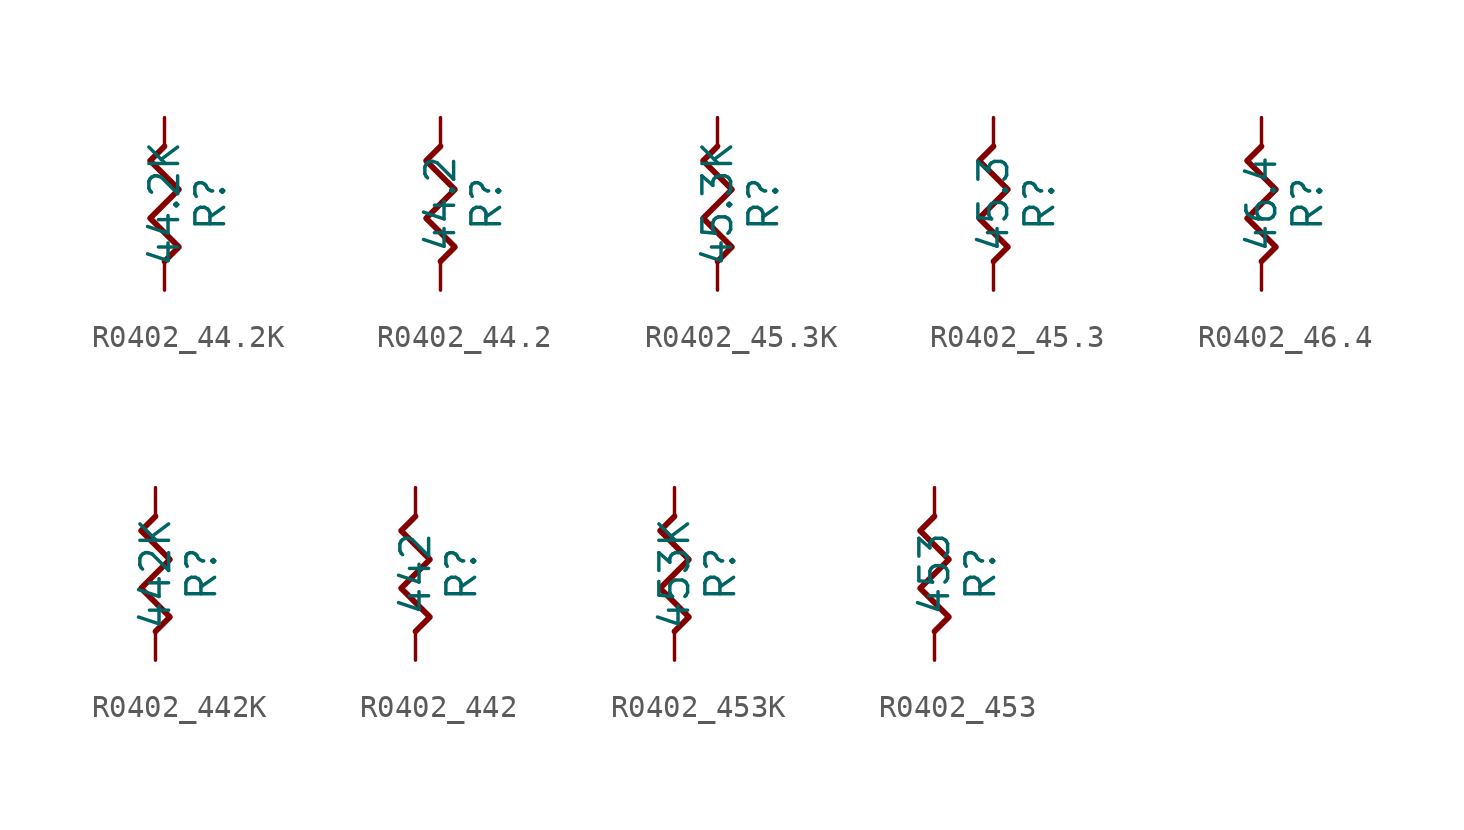
<source format=kicad_sym>
(kicad_symbol_lib
  (version 20211014)
  (generator atlantix-eda)
  (symbol "R0402_44.2K"
    (pin_numbers hide)
    (pin_names
      (offset 0))
    (property "Reference" "R"
      (at 2.032 0 90)
      (effects (font (size 1.27 1.27))))
    (property "Value" "44.2K"
      (at 0 0 90)
      (effects (font (size 1.27 1.27))))
    (symbol "R0402_44.2K_0_1"
      (polyline (pts (xy 0 -2.54) (xy 0.635 -1.905) (xy -0.635 -0.635) (xy 0.635 0.635) (xy -0.635 1.905) (xy 0 2.54)) (stroke (width 0.254) (type default) (color 0 0 0 0)) (fill (type none))))
    (symbol "R0402_44.2K_1_1"
      (pin passive line (at 0 3.81 270) (length 1.27) (name "~" (effects (font (size 1.27 1.27)))) (number "1" (effects (font (size 1.27 1.27)))))
      (pin passive line (at 0 -3.81 90) (length 1.27) (name "~" (effects (font (size 1.27 1.27)))) (number "2" (effects (font (size 1.27 1.27)))))))
  (symbol "R0402_44.2"
    (pin_numbers hide)
    (pin_names
      (offset 0))
    (property "Reference" "R"
      (at 2.032 0 90)
      (effects (font (size 1.27 1.27))))
    (property "Value" "44.2"
      (at 0 0 90)
      (effects (font (size 1.27 1.27))))
    (symbol "R0402_44.2_0_1"
      (polyline (pts (xy 0 -2.54) (xy 0.635 -1.905) (xy -0.635 -0.635) (xy 0.635 0.635) (xy -0.635 1.905) (xy 0 2.54)) (stroke (width 0.254) (type default) (color 0 0 0 0)) (fill (type none))))
    (symbol "R0402_44.2_1_1"
      (pin passive line (at 0 3.81 270) (length 1.27) (name "~" (effects (font (size 1.27 1.27)))) (number "1" (effects (font (size 1.27 1.27)))))
      (pin passive line (at 0 -3.81 90) (length 1.27) (name "~" (effects (font (size 1.27 1.27)))) (number "2" (effects (font (size 1.27 1.27)))))))
  (symbol "R0402_45.3K"
    (pin_numbers hide)
    (pin_names
      (offset 0))
    (property "Reference" "R"
      (at 2.032 0 90)
      (effects (font (size 1.27 1.27))))
    (property "Value" "45.3K"
      (at 0 0 90)
      (effects (font (size 1.27 1.27))))
    (symbol "R0402_45.3K_0_1"
      (polyline (pts (xy 0 -2.54) (xy 0.635 -1.905) (xy -0.635 -0.635) (xy 0.635 0.635) (xy -0.635 1.905) (xy 0 2.54)) (stroke (width 0.254) (type default) (color 0 0 0 0)) (fill (type none))))
    (symbol "R0402_45.3K_1_1"
      (pin passive line (at 0 3.81 270) (length 1.27) (name "~" (effects (font (size 1.27 1.27)))) (number "1" (effects (font (size 1.27 1.27)))))
      (pin passive line (at 0 -3.81 90) (length 1.27) (name "~" (effects (font (size 1.27 1.27)))) (number "2" (effects (font (size 1.27 1.27)))))))
  (symbol "R0402_45.3"
    (pin_numbers hide)
    (pin_names
      (offset 0))
    (property "Reference" "R"
      (at 2.032 0 90)
      (effects (font (size 1.27 1.27))))
    (property "Value" "45.3"
      (at 0 0 90)
      (effects (font (size 1.27 1.27))))
    (symbol "R0402_45.3_0_1"
      (polyline (pts (xy 0 -2.54) (xy 0.635 -1.905) (xy -0.635 -0.635) (xy 0.635 0.635) (xy -0.635 1.905) (xy 0 2.54)) (stroke (width 0.254) (type default) (color 0 0 0 0)) (fill (type none))))
    (symbol "R0402_45.3_1_1"
      (pin passive line (at 0 3.81 270) (length 1.27) (name "~" (effects (font (size 1.27 1.27)))) (number "1" (effects (font (size 1.27 1.27)))))
      (pin passive line (at 0 -3.81 90) (length 1.27) (name "~" (effects (font (size 1.27 1.27)))) (number "2" (effects (font (size 1.27 1.27)))))))
  (symbol "R0402_46.4"
    (pin_numbers hide)
    (pin_names
      (offset 0))
    (property "Reference" "R"
      (at 2.032 0 90)
      (effects (font (size 1.27 1.27))))
    (property "Value" "46.4"
      (at 0 0 90)
      (effects (font (size 1.27 1.27))))
    (symbol "R0402_46.4_0_1"
      (polyline (pts (xy 0 -2.54) (xy 0.635 -1.905) (xy -0.635 -0.635) (xy 0.635 0.635) (xy -0.635 1.905) (xy 0 2.54)) (stroke (width 0.254) (type default) (color 0 0 0 0)) (fill (type none))))
    (symbol "R0402_46.4_1_1"
      (pin passive line (at 0 3.81 270) (length 1.27) (name "~" (effects (font (size 1.27 1.27)))) (number "1" (effects (font (size 1.27 1.27)))))
      (pin passive line (at 0 -3.81 90) (length 1.27) (name "~" (effects (font (size 1.27 1.27)))) (number "2" (effects (font (size 1.27 1.27)))))))
  (symbol "R0402_442K"
    (pin_numbers hide)
    (pin_names
      (offset 0))
    (property "Reference" "R"
      (at 2.032 0 90)
      (effects (font (size 1.27 1.27))))
    (property "Value" "442K"
      (at 0 0 90)
      (effects (font (size 1.27 1.27))))
    (symbol "R0402_442K_0_1"
      (polyline (pts (xy 0 -2.54) (xy 0.635 -1.905) (xy -0.635 -0.635) (xy 0.635 0.635) (xy -0.635 1.905) (xy 0 2.54)) (stroke (width 0.254) (type default) (color 0 0 0 0)) (fill (type none))))
    (symbol "R0402_442K_1_1"
      (pin passive line (at 0 3.81 270) (length 1.27) (name "~" (effects (font (size 1.27 1.27)))) (number "1" (effects (font (size 1.27 1.27)))))
      (pin passive line (at 0 -3.81 90) (length 1.27) (name "~" (effects (font (size 1.27 1.27)))) (number "2" (effects (font (size 1.27 1.27)))))))
  (symbol "R0402_442"
    (pin_numbers hide)
    (pin_names
      (offset 0))
    (property "Reference" "R"
      (at 2.032 0 90)
      (effects (font (size 1.27 1.27))))
    (property "Value" "442"
      (at 0 0 90)
      (effects (font (size 1.27 1.27))))
    (symbol "R0402_442_0_1"
      (polyline (pts (xy 0 -2.54) (xy 0.635 -1.905) (xy -0.635 -0.635) (xy 0.635 0.635) (xy -0.635 1.905) (xy 0 2.54)) (stroke (width 0.254) (type default) (color 0 0 0 0)) (fill (type none))))
    (symbol "R0402_442_1_1"
      (pin passive line (at 0 3.81 270) (length 1.27) (name "~" (effects (font (size 1.27 1.27)))) (number "1" (effects (font (size 1.27 1.27)))))
      (pin passive line (at 0 -3.81 90) (length 1.27) (name "~" (effects (font (size 1.27 1.27)))) (number "2" (effects (font (size 1.27 1.27)))))))
  (symbol "R0402_453K"
    (pin_numbers hide)
    (pin_names
      (offset 0))
    (property "Reference" "R"
      (at 2.032 0 90)
      (effects (font (size 1.27 1.27))))
    (property "Value" "453K"
      (at 0 0 90)
      (effects (font (size 1.27 1.27))))
    (symbol "R0402_453K_0_1"
      (polyline (pts (xy 0 -2.54) (xy 0.635 -1.905) (xy -0.635 -0.635) (xy 0.635 0.635) (xy -0.635 1.905) (xy 0 2.54)) (stroke (width 0.254) (type default) (color 0 0 0 0)) (fill (type none))))
    (symbol "R0402_453K_1_1"
      (pin passive line (at 0 3.81 270) (length 1.27) (name "~" (effects (font (size 1.27 1.27)))) (number "1" (effects (font (size 1.27 1.27)))))
      (pin passive line (at 0 -3.81 90) (length 1.27) (name "~" (effects (font (size 1.27 1.27)))) (number "2" (effects (font (size 1.27 1.27)))))))
  (symbol "R0402_453"
    (pin_numbers hide)
    (pin_names
      (offset 0))
    (property "Reference" "R"
      (at 2.032 0 90)
      (effects (font (size 1.27 1.27))))
    (property "Value" "453"
      (at 0 0 90)
      (effects (font (size 1.27 1.27))))
    (symbol "R0402_453_0_1"
      (polyline (pts (xy 0 -2.54) (xy 0.635 -1.905) (xy -0.635 -0.635) (xy 0.635 0.635) (xy -0.635 1.905) (xy 0 2.54)) (stroke (width 0.254) (type default) (color 0 0 0 0)) (fill (type none))))
    (symbol "R0402_453_1_1"
      (pin passive line (at 0 3.81 270) (length 1.27) (name "~" (effects (font (size 1.27 1.27)))) (number "1" (effects (font (size 1.27 1.27)))))
      (pin passive line (at 0 -3.81 90) (length 1.27) (name "~" (effects (font (size 1.27 1.27)))) (number "2" (effects (font (size 1.27 1.27))))))))
</source>
